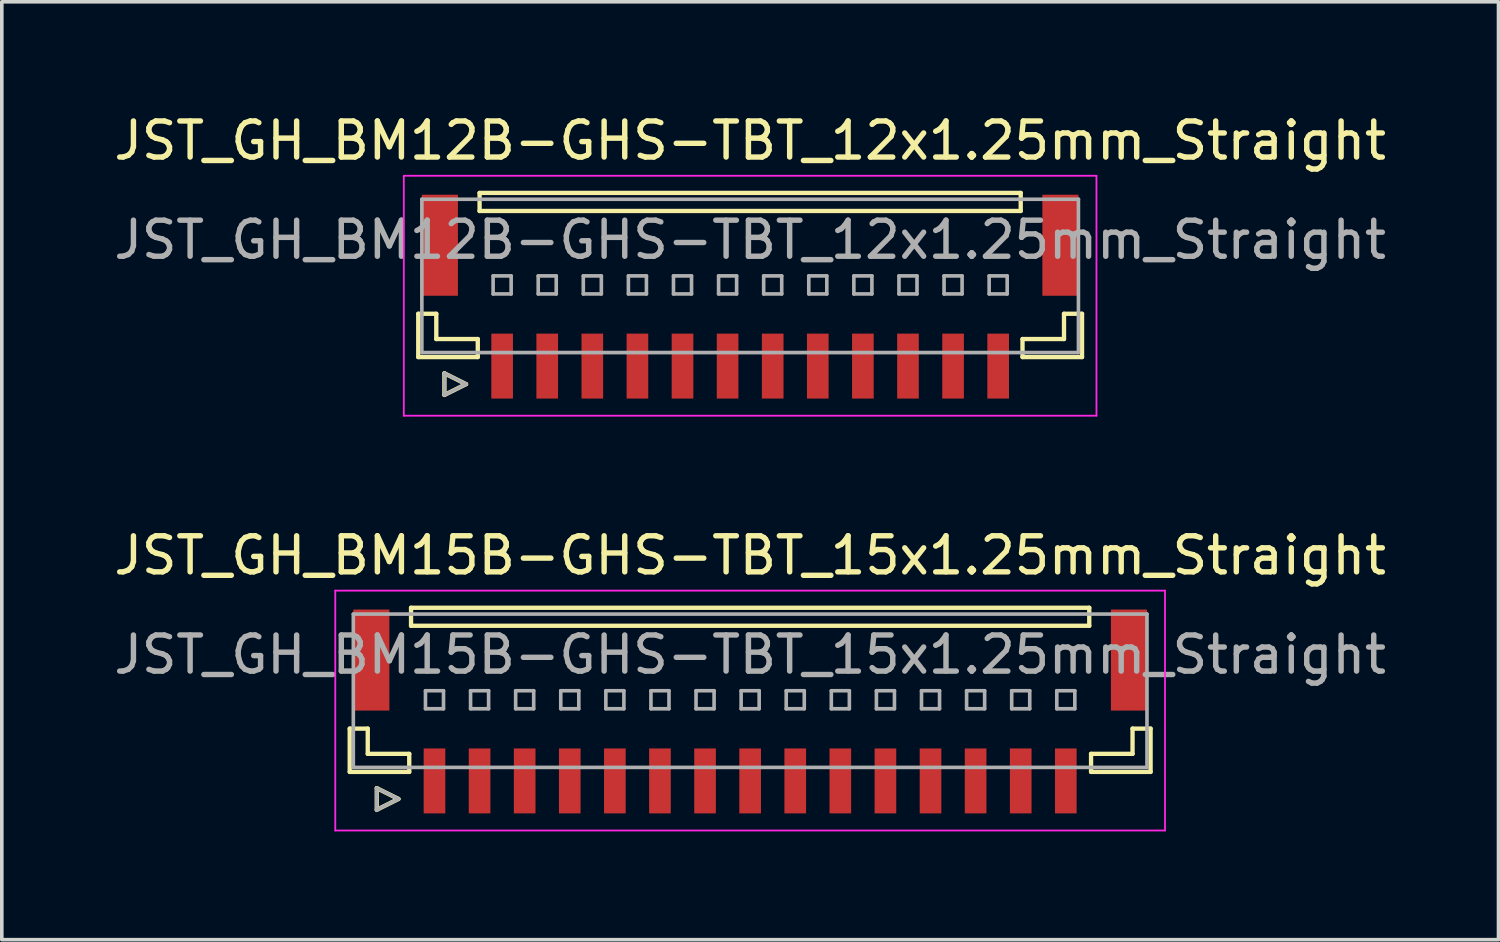
<source format=kicad_pcb>
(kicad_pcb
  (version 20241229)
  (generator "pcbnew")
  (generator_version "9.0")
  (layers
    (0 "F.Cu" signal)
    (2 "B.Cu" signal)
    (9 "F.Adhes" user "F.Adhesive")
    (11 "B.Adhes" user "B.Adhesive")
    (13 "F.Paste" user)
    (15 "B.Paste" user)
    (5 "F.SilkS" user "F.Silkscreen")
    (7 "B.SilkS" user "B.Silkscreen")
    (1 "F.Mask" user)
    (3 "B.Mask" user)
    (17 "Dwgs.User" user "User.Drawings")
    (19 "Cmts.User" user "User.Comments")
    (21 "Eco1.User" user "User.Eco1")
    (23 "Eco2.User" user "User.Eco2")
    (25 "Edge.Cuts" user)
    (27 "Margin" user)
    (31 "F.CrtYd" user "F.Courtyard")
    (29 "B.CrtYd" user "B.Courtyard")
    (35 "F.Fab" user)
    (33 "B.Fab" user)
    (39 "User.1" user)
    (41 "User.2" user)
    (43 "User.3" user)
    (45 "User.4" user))
  (footprint "JST_GH_BM15B-GHS-TBT_15x1.25mm_Straight"
    (layer "F.Cu")
    (at 17.744 16.922)
    (property "Reference" "JST_GH_BM15B-GHS-TBT_15x1.25mm_Straight" (at 0 -4.575 0) (layer "F.SilkS") (effects (font (size 1 1) (thickness 0.15))))
    (attr smd)
    (fp_line (start -11.1 0.225) (end -11.1 1.425) (stroke (width 0.12) (type solid)) (layer "F.SilkS"))
    (fp_line (start -11.1 1.425) (end -9.45 1.425) (stroke (width 0.12) (type solid)) (layer "F.SilkS"))
    (fp_line (start -10.6 0.225) (end -11.1 0.225) (stroke (width 0.12) (type solid)) (layer "F.SilkS"))
    (fp_line (start -10.6 0.925) (end -10.6 0.225) (stroke (width 0.12) (type solid)) (layer "F.SilkS"))
    (fp_line (start -10.35 1.875) (end -9.75 2.175) (stroke (width 0.12) (type solid)) (layer "F.SilkS"))
    (fp_line (start -10.35 2.475) (end -10.35 1.875) (stroke (width 0.12) (type solid)) (layer "F.SilkS"))
    (fp_line (start -9.75 2.175) (end -10.35 2.475) (stroke (width 0.12) (type solid)) (layer "F.SilkS"))
    (fp_line (start -9.45 0.925) (end -10.6 0.925) (stroke (width 0.12) (type solid)) (layer "F.SilkS"))
    (fp_line (start -9.45 1.425) (end -9.45 0.925) (stroke (width 0.12) (type solid)) (layer "F.SilkS"))
    (fp_line (start -9.4 -3.125) (end 9.4 -3.125) (stroke (width 0.12) (type solid)) (layer "F.SilkS"))
    (fp_line (start -9.4 -2.625) (end -9.4 -3.125) (stroke (width 0.12) (type solid)) (layer "F.SilkS"))
    (fp_line (start 9.4 -3.125) (end 9.4 -2.625) (stroke (width 0.12) (type solid)) (layer "F.SilkS"))
    (fp_line (start 9.4 -2.625) (end -9.4 -2.625) (stroke (width 0.12) (type solid)) (layer "F.SilkS"))
    (fp_line (start 9.45 0.925) (end 10.6 0.925) (stroke (width 0.12) (type solid)) (layer "F.SilkS"))
    (fp_line (start 9.45 1.425) (end 9.45 0.925) (stroke (width 0.12) (type solid)) (layer "F.SilkS"))
    (fp_line (start 10.6 0.225) (end 11.1 0.225) (stroke (width 0.12) (type solid)) (layer "F.SilkS"))
    (fp_line (start 10.6 0.925) (end 10.6 0.225) (stroke (width 0.12) (type solid)) (layer "F.SilkS"))
    (fp_line (start 11.1 0.225) (end 11.1 1.425) (stroke (width 0.12) (type solid)) (layer "F.SilkS"))
    (fp_line (start 11.1 1.425) (end 9.45 1.425) (stroke (width 0.12) (type solid)) (layer "F.SilkS"))
    (fp_line (start -11.5 -3.6) (end 11.5 -3.6) (stroke (width 0.05) (type solid)) (layer "F.CrtYd"))
    (fp_line (start -11.5 3.05) (end -11.5 -3.6) (stroke (width 0.05) (type solid)) (layer "F.CrtYd"))
    (fp_line (start 11.5 -3.6) (end 11.5 3.05) (stroke (width 0.05) (type solid)) (layer "F.CrtYd"))
    (fp_line (start 11.5 3.05) (end -11.5 3.05) (stroke (width 0.05) (type solid)) (layer "F.CrtYd"))
    (fp_line (start -11 -2.95) (end 11 -2.95) (stroke (width 0.1) (type solid)) (layer "F.Fab"))
    (fp_line (start -11 1.3) (end -11 -2.95) (stroke (width 0.1) (type solid)) (layer "F.Fab"))
    (fp_line (start -10.35 1.875) (end -9.75 2.175) (stroke (width 0.1) (type solid)) (layer "F.Fab"))
    (fp_line (start -10.35 2.475) (end -10.35 1.875) (stroke (width 0.1) (type solid)) (layer "F.Fab"))
    (fp_line (start -9.75 2.175) (end -10.35 2.475) (stroke (width 0.1) (type solid)) (layer "F.Fab"))
    (fp_line (start -9 -0.825) (end -8.5 -0.825) (stroke (width 0.1) (type solid)) (layer "F.Fab"))
    (fp_line (start -9 -0.325) (end -9 -0.825) (stroke (width 0.1) (type solid)) (layer "F.Fab"))
    (fp_line (start -8.5 -0.825) (end -8.5 -0.325) (stroke (width 0.1) (type solid)) (layer "F.Fab"))
    (fp_line (start -8.5 -0.325) (end -9 -0.325) (stroke (width 0.1) (type solid)) (layer "F.Fab"))
    (fp_line (start -7.75 -0.825) (end -7.25 -0.825) (stroke (width 0.1) (type solid)) (layer "F.Fab"))
    (fp_line (start -7.75 -0.325) (end -7.75 -0.825) (stroke (width 0.1) (type solid)) (layer "F.Fab"))
    (fp_line (start -7.25 -0.825) (end -7.25 -0.325) (stroke (width 0.1) (type solid)) (layer "F.Fab"))
    (fp_line (start -7.25 -0.325) (end -7.75 -0.325) (stroke (width 0.1) (type solid)) (layer "F.Fab"))
    (fp_line (start -6.5 -0.825) (end -6 -0.825) (stroke (width 0.1) (type solid)) (layer "F.Fab"))
    (fp_line (start -6.5 -0.325) (end -6.5 -0.825) (stroke (width 0.1) (type solid)) (layer "F.Fab"))
    (fp_line (start -6 -0.825) (end -6 -0.325) (stroke (width 0.1) (type solid)) (layer "F.Fab"))
    (fp_line (start -6 -0.325) (end -6.5 -0.325) (stroke (width 0.1) (type solid)) (layer "F.Fab"))
    (fp_line (start -5.25 -0.825) (end -4.75 -0.825) (stroke (width 0.1) (type solid)) (layer "F.Fab"))
    (fp_line (start -5.25 -0.325) (end -5.25 -0.825) (stroke (width 0.1) (type solid)) (layer "F.Fab"))
    (fp_line (start -4.75 -0.825) (end -4.75 -0.325) (stroke (width 0.1) (type solid)) (layer "F.Fab"))
    (fp_line (start -4.75 -0.325) (end -5.25 -0.325) (stroke (width 0.1) (type solid)) (layer "F.Fab"))
    (fp_line (start -4 -0.825) (end -3.5 -0.825) (stroke (width 0.1) (type solid)) (layer "F.Fab"))
    (fp_line (start -4 -0.325) (end -4 -0.825) (stroke (width 0.1) (type solid)) (layer "F.Fab"))
    (fp_line (start -3.5 -0.825) (end -3.5 -0.325) (stroke (width 0.1) (type solid)) (layer "F.Fab"))
    (fp_line (start -3.5 -0.325) (end -4 -0.325) (stroke (width 0.1) (type solid)) (layer "F.Fab"))
    (fp_line (start -2.75 -0.825) (end -2.25 -0.825) (stroke (width 0.1) (type solid)) (layer "F.Fab"))
    (fp_line (start -2.75 -0.325) (end -2.75 -0.825) (stroke (width 0.1) (type solid)) (layer "F.Fab"))
    (fp_line (start -2.25 -0.825) (end -2.25 -0.325) (stroke (width 0.1) (type solid)) (layer "F.Fab"))
    (fp_line (start -2.25 -0.325) (end -2.75 -0.325) (stroke (width 0.1) (type solid)) (layer "F.Fab"))
    (fp_line (start -1.5 -0.825) (end -1 -0.825) (stroke (width 0.1) (type solid)) (layer "F.Fab"))
    (fp_line (start -1.5 -0.325) (end -1.5 -0.825) (stroke (width 0.1) (type solid)) (layer "F.Fab"))
    (fp_line (start -1 -0.825) (end -1 -0.325) (stroke (width 0.1) (type solid)) (layer "F.Fab"))
    (fp_line (start -1 -0.325) (end -1.5 -0.325) (stroke (width 0.1) (type solid)) (layer "F.Fab"))
    (fp_line (start -0.25 -0.825) (end 0.25 -0.825) (stroke (width 0.1) (type solid)) (layer "F.Fab"))
    (fp_line (start -0.25 -0.325) (end -0.25 -0.825) (stroke (width 0.1) (type solid)) (layer "F.Fab"))
    (fp_line (start 0.25 -0.825) (end 0.25 -0.325) (stroke (width 0.1) (type solid)) (layer "F.Fab"))
    (fp_line (start 0.25 -0.325) (end -0.25 -0.325) (stroke (width 0.1) (type solid)) (layer "F.Fab"))
    (fp_line (start 1 -0.825) (end 1.5 -0.825) (stroke (width 0.1) (type solid)) (layer "F.Fab"))
    (fp_line (start 1 -0.325) (end 1 -0.825) (stroke (width 0.1) (type solid)) (layer "F.Fab"))
    (fp_line (start 1.5 -0.825) (end 1.5 -0.325) (stroke (width 0.1) (type solid)) (layer "F.Fab"))
    (fp_line (start 1.5 -0.325) (end 1 -0.325) (stroke (width 0.1) (type solid)) (layer "F.Fab"))
    (fp_line (start 2.25 -0.825) (end 2.75 -0.825) (stroke (width 0.1) (type solid)) (layer "F.Fab"))
    (fp_line (start 2.25 -0.325) (end 2.25 -0.825) (stroke (width 0.1) (type solid)) (layer "F.Fab"))
    (fp_line (start 2.75 -0.825) (end 2.75 -0.325) (stroke (width 0.1) (type solid)) (layer "F.Fab"))
    (fp_line (start 2.75 -0.325) (end 2.25 -0.325) (stroke (width 0.1) (type solid)) (layer "F.Fab"))
    (fp_line (start 3.5 -0.825) (end 4 -0.825) (stroke (width 0.1) (type solid)) (layer "F.Fab"))
    (fp_line (start 3.5 -0.325) (end 3.5 -0.825) (stroke (width 0.1) (type solid)) (layer "F.Fab"))
    (fp_line (start 4 -0.825) (end 4 -0.325) (stroke (width 0.1) (type solid)) (layer "F.Fab"))
    (fp_line (start 4 -0.325) (end 3.5 -0.325) (stroke (width 0.1) (type solid)) (layer "F.Fab"))
    (fp_line (start 4.75 -0.825) (end 5.25 -0.825) (stroke (width 0.1) (type solid)) (layer "F.Fab"))
    (fp_line (start 4.75 -0.325) (end 4.75 -0.825) (stroke (width 0.1) (type solid)) (layer "F.Fab"))
    (fp_line (start 5.25 -0.825) (end 5.25 -0.325) (stroke (width 0.1) (type solid)) (layer "F.Fab"))
    (fp_line (start 5.25 -0.325) (end 4.75 -0.325) (stroke (width 0.1) (type solid)) (layer "F.Fab"))
    (fp_line (start 6 -0.825) (end 6.5 -0.825) (stroke (width 0.1) (type solid)) (layer "F.Fab"))
    (fp_line (start 6 -0.325) (end 6 -0.825) (stroke (width 0.1) (type solid)) (layer "F.Fab"))
    (fp_line (start 6.5 -0.825) (end 6.5 -0.325) (stroke (width 0.1) (type solid)) (layer "F.Fab"))
    (fp_line (start 6.5 -0.325) (end 6 -0.325) (stroke (width 0.1) (type solid)) (layer "F.Fab"))
    (fp_line (start 7.25 -0.825) (end 7.75 -0.825) (stroke (width 0.1) (type solid)) (layer "F.Fab"))
    (fp_line (start 7.25 -0.325) (end 7.25 -0.825) (stroke (width 0.1) (type solid)) (layer "F.Fab"))
    (fp_line (start 7.75 -0.825) (end 7.75 -0.325) (stroke (width 0.1) (type solid)) (layer "F.Fab"))
    (fp_line (start 7.75 -0.325) (end 7.25 -0.325) (stroke (width 0.1) (type solid)) (layer "F.Fab"))
    (fp_line (start 8.5 -0.825) (end 9 -0.825) (stroke (width 0.1) (type solid)) (layer "F.Fab"))
    (fp_line (start 8.5 -0.325) (end 8.5 -0.825) (stroke (width 0.1) (type solid)) (layer "F.Fab"))
    (fp_line (start 9 -0.825) (end 9 -0.325) (stroke (width 0.1) (type solid)) (layer "F.Fab"))
    (fp_line (start 9 -0.325) (end 8.5 -0.325) (stroke (width 0.1) (type solid)) (layer "F.Fab"))
    (fp_line (start 11 -2.95) (end 11 1.3) (stroke (width 0.1) (type solid)) (layer "F.Fab"))
    (fp_line (start 11 1.3) (end -11 1.3) (stroke (width 0.1) (type solid)) (layer "F.Fab"))
    (fp_text user "${REFERENCE}" (at 0 -1.825 0) (layer "F.Fab") (effects (font (size 1 1) (thickness 0.15))))
    (pad "" smd rect (at -10.5 -1.675) (size 1 2.8) (layers "F.Cu" "F.Mask" "F.Paste"))
    (pad "" smd rect (at 10.5 -1.675) (size 1 2.8) (layers "F.Cu" "F.Mask" "F.Paste"))
    (pad "1" smd rect (at -8.75 1.675) (size 0.6 1.8) (layers "F.Cu" "F.Mask" "F.Paste"))
    (pad "2" smd rect (at -7.5 1.675) (size 0.6 1.8) (layers "F.Cu" "F.Mask" "F.Paste"))
    (pad "3" smd rect (at -6.25 1.675) (size 0.6 1.8) (layers "F.Cu" "F.Mask" "F.Paste"))
    (pad "4" smd rect (at -5 1.675) (size 0.6 1.8) (layers "F.Cu" "F.Mask" "F.Paste"))
    (pad "5" smd rect (at -3.75 1.675) (size 0.6 1.8) (layers "F.Cu" "F.Mask" "F.Paste"))
    (pad "6" smd rect (at -2.5 1.675) (size 0.6 1.8) (layers "F.Cu" "F.Mask" "F.Paste"))
    (pad "7" smd rect (at -1.25 1.675) (size 0.6 1.8) (layers "F.Cu" "F.Mask" "F.Paste"))
    (pad "8" smd rect (at 0 1.675) (size 0.6 1.8) (layers "F.Cu" "F.Mask" "F.Paste"))
    (pad "9" smd rect (at 1.25 1.675) (size 0.6 1.8) (layers "F.Cu" "F.Mask" "F.Paste"))
    (pad "10" smd rect (at 2.5 1.675) (size 0.6 1.8) (layers "F.Cu" "F.Mask" "F.Paste"))
    (pad "11" smd rect (at 3.75 1.675) (size 0.6 1.8) (layers "F.Cu" "F.Mask" "F.Paste"))
    (pad "12" smd rect (at 5 1.675) (size 0.6 1.8) (layers "F.Cu" "F.Mask" "F.Paste"))
    (pad "13" smd rect (at 6.25 1.675) (size 0.6 1.8) (layers "F.Cu" "F.Mask" "F.Paste"))
    (pad "14" smd rect (at 7.5 1.675) (size 0.6 1.8) (layers "F.Cu" "F.Mask" "F.Paste"))
    (pad "15" smd rect (at 8.75 1.675) (size 0.6 1.8) (layers "F.Cu" "F.Mask" "F.Paste")))
  (footprint "JST_GH_BM12B-GHS-TBT_12x1.25mm_Straight"
    (layer "F.Cu")
    (at 17.744 5.423)
    (property "Reference" "JST_GH_BM12B-GHS-TBT_12x1.25mm_Straight" (at 0 -4.575 0) (layer "F.SilkS") (effects (font (size 1 1) (thickness 0.15))))
    (attr smd)
    (fp_line (start -9.2 0.225) (end -9.2 1.425) (stroke (width 0.12) (type solid)) (layer "F.SilkS"))
    (fp_line (start -9.2 1.425) (end -7.55 1.425) (stroke (width 0.12) (type solid)) (layer "F.SilkS"))
    (fp_line (start -8.7 0.225) (end -9.2 0.225) (stroke (width 0.12) (type solid)) (layer "F.SilkS"))
    (fp_line (start -8.7 0.925) (end -8.7 0.225) (stroke (width 0.12) (type solid)) (layer "F.SilkS"))
    (fp_line (start -8.475 1.875) (end -7.875 2.175) (stroke (width 0.12) (type solid)) (layer "F.SilkS"))
    (fp_line (start -8.475 2.475) (end -8.475 1.875) (stroke (width 0.12) (type solid)) (layer "F.SilkS"))
    (fp_line (start -7.875 2.175) (end -8.475 2.475) (stroke (width 0.12) (type solid)) (layer "F.SilkS"))
    (fp_line (start -7.55 0.925) (end -8.7 0.925) (stroke (width 0.12) (type solid)) (layer "F.SilkS"))
    (fp_line (start -7.55 1.425) (end -7.55 0.925) (stroke (width 0.12) (type solid)) (layer "F.SilkS"))
    (fp_line (start -7.5 -3.125) (end 7.5 -3.125) (stroke (width 0.12) (type solid)) (layer "F.SilkS"))
    (fp_line (start -7.5 -2.625) (end -7.5 -3.125) (stroke (width 0.12) (type solid)) (layer "F.SilkS"))
    (fp_line (start 7.5 -3.125) (end 7.5 -2.625) (stroke (width 0.12) (type solid)) (layer "F.SilkS"))
    (fp_line (start 7.5 -2.625) (end -7.5 -2.625) (stroke (width 0.12) (type solid)) (layer "F.SilkS"))
    (fp_line (start 7.55 0.925) (end 8.7 0.925) (stroke (width 0.12) (type solid)) (layer "F.SilkS"))
    (fp_line (start 7.55 1.425) (end 7.55 0.925) (stroke (width 0.12) (type solid)) (layer "F.SilkS"))
    (fp_line (start 8.7 0.225) (end 9.2 0.225) (stroke (width 0.12) (type solid)) (layer "F.SilkS"))
    (fp_line (start 8.7 0.925) (end 8.7 0.225) (stroke (width 0.12) (type solid)) (layer "F.SilkS"))
    (fp_line (start 9.2 0.225) (end 9.2 1.425) (stroke (width 0.12) (type solid)) (layer "F.SilkS"))
    (fp_line (start 9.2 1.425) (end 7.55 1.425) (stroke (width 0.12) (type solid)) (layer "F.SilkS"))
    (fp_line (start -9.6 -3.6) (end 9.6 -3.6) (stroke (width 0.05) (type solid)) (layer "F.CrtYd"))
    (fp_line (start -9.6 3.05) (end -9.6 -3.6) (stroke (width 0.05) (type solid)) (layer "F.CrtYd"))
    (fp_line (start 9.6 -3.6) (end 9.6 3.05) (stroke (width 0.05) (type solid)) (layer "F.CrtYd"))
    (fp_line (start 9.6 3.05) (end -9.6 3.05) (stroke (width 0.05) (type solid)) (layer "F.CrtYd"))
    (fp_line (start -9.1 -2.95) (end 9.1 -2.95) (stroke (width 0.1) (type solid)) (layer "F.Fab"))
    (fp_line (start -9.1 1.3) (end -9.1 -2.95) (stroke (width 0.1) (type solid)) (layer "F.Fab"))
    (fp_line (start -8.475 1.875) (end -7.875 2.175) (stroke (width 0.1) (type solid)) (layer "F.Fab"))
    (fp_line (start -8.475 2.475) (end -8.475 1.875) (stroke (width 0.1) (type solid)) (layer "F.Fab"))
    (fp_line (start -7.875 2.175) (end -8.475 2.475) (stroke (width 0.1) (type solid)) (layer "F.Fab"))
    (fp_line (start -7.125 -0.825) (end -6.625 -0.825) (stroke (width 0.1) (type solid)) (layer "F.Fab"))
    (fp_line (start -7.125 -0.325) (end -7.125 -0.825) (stroke (width 0.1) (type solid)) (layer "F.Fab"))
    (fp_line (start -6.625 -0.825) (end -6.625 -0.325) (stroke (width 0.1) (type solid)) (layer "F.Fab"))
    (fp_line (start -6.625 -0.325) (end -7.125 -0.325) (stroke (width 0.1) (type solid)) (layer "F.Fab"))
    (fp_line (start -5.875 -0.825) (end -5.375 -0.825) (stroke (width 0.1) (type solid)) (layer "F.Fab"))
    (fp_line (start -5.875 -0.325) (end -5.875 -0.825) (stroke (width 0.1) (type solid)) (layer "F.Fab"))
    (fp_line (start -5.375 -0.825) (end -5.375 -0.325) (stroke (width 0.1) (type solid)) (layer "F.Fab"))
    (fp_line (start -5.375 -0.325) (end -5.875 -0.325) (stroke (width 0.1) (type solid)) (layer "F.Fab"))
    (fp_line (start -4.625 -0.825) (end -4.125 -0.825) (stroke (width 0.1) (type solid)) (layer "F.Fab"))
    (fp_line (start -4.625 -0.325) (end -4.625 -0.825) (stroke (width 0.1) (type solid)) (layer "F.Fab"))
    (fp_line (start -4.125 -0.825) (end -4.125 -0.325) (stroke (width 0.1) (type solid)) (layer "F.Fab"))
    (fp_line (start -4.125 -0.325) (end -4.625 -0.325) (stroke (width 0.1) (type solid)) (layer "F.Fab"))
    (fp_line (start -3.375 -0.825) (end -2.875 -0.825) (stroke (width 0.1) (type solid)) (layer "F.Fab"))
    (fp_line (start -3.375 -0.325) (end -3.375 -0.825) (stroke (width 0.1) (type solid)) (layer "F.Fab"))
    (fp_line (start -2.875 -0.825) (end -2.875 -0.325) (stroke (width 0.1) (type solid)) (layer "F.Fab"))
    (fp_line (start -2.875 -0.325) (end -3.375 -0.325) (stroke (width 0.1) (type solid)) (layer "F.Fab"))
    (fp_line (start -2.125 -0.825) (end -1.625 -0.825) (stroke (width 0.1) (type solid)) (layer "F.Fab"))
    (fp_line (start -2.125 -0.325) (end -2.125 -0.825) (stroke (width 0.1) (type solid)) (layer "F.Fab"))
    (fp_line (start -1.625 -0.825) (end -1.625 -0.325) (stroke (width 0.1) (type solid)) (layer "F.Fab"))
    (fp_line (start -1.625 -0.325) (end -2.125 -0.325) (stroke (width 0.1) (type solid)) (layer "F.Fab"))
    (fp_line (start -0.875 -0.825) (end -0.375 -0.825) (stroke (width 0.1) (type solid)) (layer "F.Fab"))
    (fp_line (start -0.875 -0.325) (end -0.875 -0.825) (stroke (width 0.1) (type solid)) (layer "F.Fab"))
    (fp_line (start -0.375 -0.825) (end -0.375 -0.325) (stroke (width 0.1) (type solid)) (layer "F.Fab"))
    (fp_line (start -0.375 -0.325) (end -0.875 -0.325) (stroke (width 0.1) (type solid)) (layer "F.Fab"))
    (fp_line (start 0.375 -0.825) (end 0.875 -0.825) (stroke (width 0.1) (type solid)) (layer "F.Fab"))
    (fp_line (start 0.375 -0.325) (end 0.375 -0.825) (stroke (width 0.1) (type solid)) (layer "F.Fab"))
    (fp_line (start 0.875 -0.825) (end 0.875 -0.325) (stroke (width 0.1) (type solid)) (layer "F.Fab"))
    (fp_line (start 0.875 -0.325) (end 0.375 -0.325) (stroke (width 0.1) (type solid)) (layer "F.Fab"))
    (fp_line (start 1.625 -0.825) (end 2.125 -0.825) (stroke (width 0.1) (type solid)) (layer "F.Fab"))
    (fp_line (start 1.625 -0.325) (end 1.625 -0.825) (stroke (width 0.1) (type solid)) (layer "F.Fab"))
    (fp_line (start 2.125 -0.825) (end 2.125 -0.325) (stroke (width 0.1) (type solid)) (layer "F.Fab"))
    (fp_line (start 2.125 -0.325) (end 1.625 -0.325) (stroke (width 0.1) (type solid)) (layer "F.Fab"))
    (fp_line (start 2.875 -0.825) (end 3.375 -0.825) (stroke (width 0.1) (type solid)) (layer "F.Fab"))
    (fp_line (start 2.875 -0.325) (end 2.875 -0.825) (stroke (width 0.1) (type solid)) (layer "F.Fab"))
    (fp_line (start 3.375 -0.825) (end 3.375 -0.325) (stroke (width 0.1) (type solid)) (layer "F.Fab"))
    (fp_line (start 3.375 -0.325) (end 2.875 -0.325) (stroke (width 0.1) (type solid)) (layer "F.Fab"))
    (fp_line (start 4.125 -0.825) (end 4.625 -0.825) (stroke (width 0.1) (type solid)) (layer "F.Fab"))
    (fp_line (start 4.125 -0.325) (end 4.125 -0.825) (stroke (width 0.1) (type solid)) (layer "F.Fab"))
    (fp_line (start 4.625 -0.825) (end 4.625 -0.325) (stroke (width 0.1) (type solid)) (layer "F.Fab"))
    (fp_line (start 4.625 -0.325) (end 4.125 -0.325) (stroke (width 0.1) (type solid)) (layer "F.Fab"))
    (fp_line (start 5.375 -0.825) (end 5.875 -0.825) (stroke (width 0.1) (type solid)) (layer "F.Fab"))
    (fp_line (start 5.375 -0.325) (end 5.375 -0.825) (stroke (width 0.1) (type solid)) (layer "F.Fab"))
    (fp_line (start 5.875 -0.825) (end 5.875 -0.325) (stroke (width 0.1) (type solid)) (layer "F.Fab"))
    (fp_line (start 5.875 -0.325) (end 5.375 -0.325) (stroke (width 0.1) (type solid)) (layer "F.Fab"))
    (fp_line (start 6.625 -0.825) (end 7.125 -0.825) (stroke (width 0.1) (type solid)) (layer "F.Fab"))
    (fp_line (start 6.625 -0.325) (end 6.625 -0.825) (stroke (width 0.1) (type solid)) (layer "F.Fab"))
    (fp_line (start 7.125 -0.825) (end 7.125 -0.325) (stroke (width 0.1) (type solid)) (layer "F.Fab"))
    (fp_line (start 7.125 -0.325) (end 6.625 -0.325) (stroke (width 0.1) (type solid)) (layer "F.Fab"))
    (fp_line (start 9.1 -2.95) (end 9.1 1.3) (stroke (width 0.1) (type solid)) (layer "F.Fab"))
    (fp_line (start 9.1 1.3) (end -9.1 1.3) (stroke (width 0.1) (type solid)) (layer "F.Fab"))
    (fp_text user "${REFERENCE}" (at 0 -1.825 0) (layer "F.Fab") (effects (font (size 1 1) (thickness 0.15))))
    (pad "" smd rect (at -8.6 -1.675) (size 1 2.8) (layers "F.Cu" "F.Mask" "F.Paste"))
    (pad "" smd rect (at 8.6 -1.675) (size 1 2.8) (layers "F.Cu" "F.Mask" "F.Paste"))
    (pad "1" smd rect (at -6.875 1.675) (size 0.6 1.8) (layers "F.Cu" "F.Mask" "F.Paste"))
    (pad "2" smd rect (at -5.625 1.675) (size 0.6 1.8) (layers "F.Cu" "F.Mask" "F.Paste"))
    (pad "3" smd rect (at -4.375 1.675) (size 0.6 1.8) (layers "F.Cu" "F.Mask" "F.Paste"))
    (pad "4" smd rect (at -3.125 1.675) (size 0.6 1.8) (layers "F.Cu" "F.Mask" "F.Paste"))
    (pad "5" smd rect (at -1.875 1.675) (size 0.6 1.8) (layers "F.Cu" "F.Mask" "F.Paste"))
    (pad "6" smd rect (at -0.625 1.675) (size 0.6 1.8) (layers "F.Cu" "F.Mask" "F.Paste"))
    (pad "7" smd rect (at 0.625 1.675) (size 0.6 1.8) (layers "F.Cu" "F.Mask" "F.Paste"))
    (pad "8" smd rect (at 1.875 1.675) (size 0.6 1.8) (layers "F.Cu" "F.Mask" "F.Paste"))
    (pad "9" smd rect (at 3.125 1.675) (size 0.6 1.8) (layers "F.Cu" "F.Mask" "F.Paste"))
    (pad "10" smd rect (at 4.375 1.675) (size 0.6 1.8) (layers "F.Cu" "F.Mask" "F.Paste"))
    (pad "11" smd rect (at 5.625 1.675) (size 0.6 1.8) (layers "F.Cu" "F.Mask" "F.Paste"))
    (pad "12" smd rect (at 6.875 1.675) (size 0.6 1.8) (layers "F.Cu" "F.Mask" "F.Paste")))
  (gr_rect
    (start -3 -3)
    (end 38.488 22.997)
    (stroke (width 0.1) (type default))
    (fill no)
    (layer "Edge.Cuts")))
</source>
